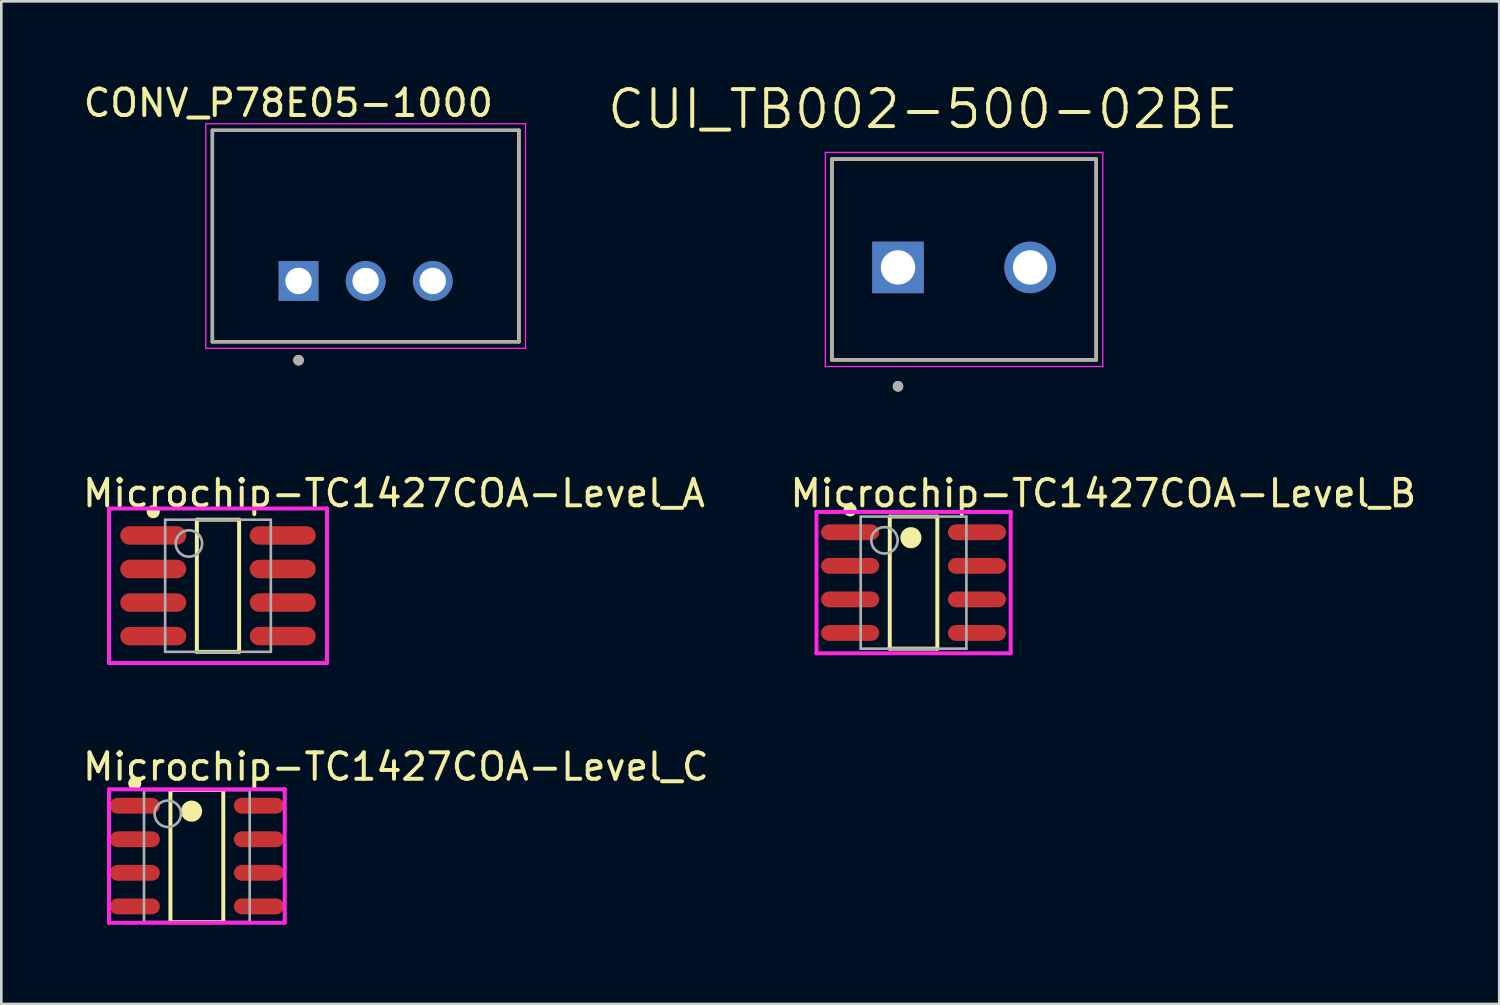
<source format=kicad_pcb>
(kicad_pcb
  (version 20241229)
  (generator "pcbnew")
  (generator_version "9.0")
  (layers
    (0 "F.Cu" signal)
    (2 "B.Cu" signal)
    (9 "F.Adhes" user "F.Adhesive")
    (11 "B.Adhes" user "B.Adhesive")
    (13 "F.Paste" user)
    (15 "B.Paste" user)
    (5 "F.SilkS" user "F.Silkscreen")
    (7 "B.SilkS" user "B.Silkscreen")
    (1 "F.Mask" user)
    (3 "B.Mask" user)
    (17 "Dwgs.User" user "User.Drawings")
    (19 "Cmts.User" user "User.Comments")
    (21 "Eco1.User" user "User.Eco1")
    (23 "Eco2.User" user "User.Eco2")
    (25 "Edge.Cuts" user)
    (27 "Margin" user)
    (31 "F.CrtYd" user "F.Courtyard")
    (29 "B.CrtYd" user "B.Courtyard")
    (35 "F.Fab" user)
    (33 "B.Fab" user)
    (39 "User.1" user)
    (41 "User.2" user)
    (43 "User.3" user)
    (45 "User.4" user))
  (footprint "CONV_P78E05-1000"
    (layer "F.Cu")
    (at 10.788 7.583)
    (property "Reference" "CONV_P78E05-1000" (at -2.925 -6.735 0) (layer "F.SilkS") (effects (font (size 1 1) (thickness 0.15))))
    (attr through_hole)
    (fp_line (start -5.8 -5.7) (end 5.8 -5.7) (stroke (width 0.127) (type solid)) (layer "F.SilkS"))
    (fp_line (start -5.8 2.3) (end -5.8 -5.7) (stroke (width 0.127) (type solid)) (layer "F.SilkS"))
    (fp_line (start 5.8 -5.7) (end 5.8 2.3) (stroke (width 0.127) (type solid)) (layer "F.SilkS"))
    (fp_line (start 5.8 2.3) (end -5.8 2.3) (stroke (width 0.127) (type solid)) (layer "F.SilkS"))
    (fp_circle (center -2.54 3) (end -2.44 3) (stroke (width 0.2) (type solid)) (fill no) (layer "F.SilkS"))
    (fp_line (start -6.05 -5.95) (end 6.05 -5.95) (stroke (width 0.05) (type solid)) (layer "F.CrtYd"))
    (fp_line (start -6.05 2.55) (end -6.05 -5.95) (stroke (width 0.05) (type solid)) (layer "F.CrtYd"))
    (fp_line (start 6.05 -5.95) (end 6.05 2.55) (stroke (width 0.05) (type solid)) (layer "F.CrtYd"))
    (fp_line (start 6.05 2.55) (end -6.05 2.55) (stroke (width 0.05) (type solid)) (layer "F.CrtYd"))
    (fp_line (start -5.8 -5.7) (end 5.8 -5.7) (stroke (width 0.127) (type solid)) (layer "F.Fab"))
    (fp_line (start -5.8 2.3) (end -5.8 -5.7) (stroke (width 0.127) (type solid)) (layer "F.Fab"))
    (fp_line (start 5.8 -5.7) (end 5.8 2.3) (stroke (width 0.127) (type solid)) (layer "F.Fab"))
    (fp_line (start 5.8 2.3) (end -5.8 2.3) (stroke (width 0.127) (type solid)) (layer "F.Fab"))
    (fp_circle (center -2.54 3) (end -2.44 3) (stroke (width 0.2) (type solid)) (fill no) (layer "F.Fab"))
    (pad "1" thru_hole rect (at -2.54 0) (size 1.508 1.508) (drill 1) (layers "*.Cu" "*.Mask"))
    (pad "2" thru_hole circle (at 0 0) (size 1.508 1.508) (drill 1) (layers "*.Cu" "*.Mask"))
    (pad "3" thru_hole circle (at 2.54 0) (size 1.508 1.508) (drill 1) (layers "*.Cu" "*.Mask")))
  (footprint "Microchip-TC1427COA-Level_C"
    (layer "F.Cu")
    (at 4.4 29.348)
    (property "Reference" "Microchip-TC1427COA-Level_C" (at -4.4 -3.38 0) (layer "F.SilkS") (effects (font (size 1 1) (thickness 0.15)) (justify left)))
    (attr through_hole)
    (fp_line (start -1 -2.5) (end 1 -2.5) (stroke (width 0.15) (type solid)) (layer "F.SilkS"))
    (fp_line (start -1 2.5) (end -1 -2.5) (stroke (width 0.15) (type solid)) (layer "F.SilkS"))
    (fp_line (start -1 2.5) (end 1 2.5) (stroke (width 0.15) (type solid)) (layer "F.SilkS"))
    (fp_line (start 1 2.5) (end 1 -2.5) (stroke (width 0.15) (type solid)) (layer "F.SilkS"))
    (fp_circle (center -2.35 -2.755) (end -2.225 -2.755) (stroke (width 0.25) (type solid)) (fill no) (layer "F.SilkS"))
    (fp_circle (center -0.2 -1.7) (end 0 -1.7) (stroke (width 0.4) (type solid)) (fill no) (layer "F.SilkS"))
    (fp_line (start -3.325 -2.525) (end -3.325 2.525) (stroke (width 0.15) (type solid)) (layer "F.CrtYd"))
    (fp_line (start -3.325 2.525) (end 3.325 2.525) (stroke (width 0.15) (type solid)) (layer "F.CrtYd"))
    (fp_line (start 3.325 -2.525) (end -3.325 -2.525) (stroke (width 0.15) (type solid)) (layer "F.CrtYd"))
    (fp_line (start 3.325 -2.525) (end 3.325 -2.525) (stroke (width 0.15) (type solid)) (layer "F.CrtYd"))
    (fp_line (start 3.325 2.525) (end 3.325 -2.525) (stroke (width 0.15) (type solid)) (layer "F.CrtYd"))
    (fp_line (start -2 -2.5) (end 2 -2.5) (stroke (width 0.1) (type solid)) (layer "F.Fab"))
    (fp_line (start -2 2.5) (end -2 -2.5) (stroke (width 0.1) (type solid)) (layer "F.Fab"))
    (fp_line (start -2 2.5) (end 2 2.5) (stroke (width 0.1) (type solid)) (layer "F.Fab"))
    (fp_line (start 2 2.5) (end 2 -2.5) (stroke (width 0.1) (type solid)) (layer "F.Fab"))
    (fp_circle (center -1.1 -1.6) (end -0.6 -1.6) (stroke (width 0.1) (type solid)) (fill no) (layer "F.Fab"))
    (pad "1" smd roundrect (at -2.35 -1.905 270) (size 0.6 1.9) (layers "F.Cu" "F.Mask" "F.Paste") (roundrect_rratio 0.5))
    (pad "2" smd roundrect (at -2.35 -0.635 270) (size 0.6 1.9) (layers "F.Cu" "F.Mask" "F.Paste") (roundrect_rratio 0.5))
    (pad "3" smd roundrect (at -2.35 0.635 270) (size 0.6 1.9) (layers "F.Cu" "F.Mask" "F.Paste") (roundrect_rratio 0.5))
    (pad "4" smd roundrect (at -2.35 1.905 270) (size 0.6 1.9) (layers "F.Cu" "F.Mask" "F.Paste") (roundrect_rratio 0.5))
    (pad "5" smd roundrect (at 2.35 1.905 270) (size 0.6 1.9) (layers "F.Cu" "F.Mask" "F.Paste") (roundrect_rratio 0.5))
    (pad "6" smd roundrect (at 2.35 0.635 270) (size 0.6 1.9) (layers "F.Cu" "F.Mask" "F.Paste") (roundrect_rratio 0.5))
    (pad "7" smd roundrect (at 2.35 -0.635 270) (size 0.6 1.9) (layers "F.Cu" "F.Mask" "F.Paste") (roundrect_rratio 0.5))
    (pad "8" smd roundrect (at 2.35 -1.905 270) (size 0.6 1.9) (layers "F.Cu" "F.Mask" "F.Paste") (roundrect_rratio 0.5)))
  (footprint "Microchip-TC1427COA-Level_A"
    (layer "F.Cu")
    (at 5.2 19.119)
    (property "Reference" "Microchip-TC1427COA-Level_A" (at -5.2 -3.5 0) (layer "F.SilkS") (effects (font (size 1 1) (thickness 0.15)) (justify left)))
    (attr through_hole)
    (fp_line (start -0.8 -2.5) (end 0.8 -2.5) (stroke (width 0.15) (type solid)) (layer "F.SilkS"))
    (fp_line (start -0.8 2.5) (end -0.8 -2.5) (stroke (width 0.15) (type solid)) (layer "F.SilkS"))
    (fp_line (start -0.8 2.5) (end 0.8 2.5) (stroke (width 0.15) (type solid)) (layer "F.SilkS"))
    (fp_line (start 0.8 2.5) (end 0.8 -2.5) (stroke (width 0.15) (type solid)) (layer "F.SilkS"))
    (fp_circle (center -2.45 -2.805) (end -2.325 -2.805) (stroke (width 0.25) (type solid)) (fill no) (layer "F.SilkS"))
    (fp_line (start -4.125 -2.925) (end -4.125 2.925) (stroke (width 0.15) (type solid)) (layer "F.CrtYd"))
    (fp_line (start -4.125 2.925) (end 4.125 2.925) (stroke (width 0.15) (type solid)) (layer "F.CrtYd"))
    (fp_line (start 4.125 -2.925) (end -4.125 -2.925) (stroke (width 0.15) (type solid)) (layer "F.CrtYd"))
    (fp_line (start 4.125 -2.925) (end 4.125 -2.925) (stroke (width 0.15) (type solid)) (layer "F.CrtYd"))
    (fp_line (start 4.125 2.925) (end 4.125 -2.925) (stroke (width 0.15) (type solid)) (layer "F.CrtYd"))
    (fp_line (start -2 -2.5) (end 2 -2.5) (stroke (width 0.1) (type solid)) (layer "F.Fab"))
    (fp_line (start -2 2.5) (end -2 -2.5) (stroke (width 0.1) (type solid)) (layer "F.Fab"))
    (fp_line (start -2 2.5) (end 2 2.5) (stroke (width 0.1) (type solid)) (layer "F.Fab"))
    (fp_line (start 2 2.5) (end 2 -2.5) (stroke (width 0.1) (type solid)) (layer "F.Fab"))
    (fp_circle (center -1.1 -1.6) (end -0.6 -1.6) (stroke (width 0.1) (type solid)) (fill no) (layer "F.Fab"))
    (pad "1" smd roundrect (at -2.45 -1.905 270) (size 0.7 2.5) (layers "F.Cu" "F.Mask" "F.Paste") (roundrect_rratio 0.5))
    (pad "2" smd roundrect (at -2.45 -0.635 270) (size 0.7 2.5) (layers "F.Cu" "F.Mask" "F.Paste") (roundrect_rratio 0.5))
    (pad "3" smd roundrect (at -2.45 0.635 270) (size 0.7 2.5) (layers "F.Cu" "F.Mask" "F.Paste") (roundrect_rratio 0.5))
    (pad "4" smd roundrect (at -2.45 1.905 270) (size 0.7 2.5) (layers "F.Cu" "F.Mask" "F.Paste") (roundrect_rratio 0.5))
    (pad "5" smd roundrect (at 2.45 1.905 270) (size 0.7 2.5) (layers "F.Cu" "F.Mask" "F.Paste") (roundrect_rratio 0.5))
    (pad "6" smd roundrect (at 2.45 0.635 270) (size 0.7 2.5) (layers "F.Cu" "F.Mask" "F.Paste") (roundrect_rratio 0.5))
    (pad "7" smd roundrect (at 2.45 -0.635 270) (size 0.7 2.5) (layers "F.Cu" "F.Mask" "F.Paste") (roundrect_rratio 0.5))
    (pad "8" smd roundrect (at 2.45 -1.905 270) (size 0.7 2.5) (layers "F.Cu" "F.Mask" "F.Paste") (roundrect_rratio 0.5)))
  (footprint "Microchip-TC1427COA-Level_B"
    (layer "F.Cu")
    (at 31.524 19)
    (property "Reference" "Microchip-TC1427COA-Level_B" (at -4.75 -3.38 0) (layer "F.SilkS") (effects (font (size 1 1) (thickness 0.15)) (justify left)))
    (attr through_hole)
    (fp_line (start -0.9 -2.5) (end 0.9 -2.5) (stroke (width 0.15) (type solid)) (layer "F.SilkS"))
    (fp_line (start -0.9 2.5) (end -0.9 -2.5) (stroke (width 0.15) (type solid)) (layer "F.SilkS"))
    (fp_line (start -0.9 2.5) (end 0.9 2.5) (stroke (width 0.15) (type solid)) (layer "F.SilkS"))
    (fp_line (start 0.9 2.5) (end 0.9 -2.5) (stroke (width 0.15) (type solid)) (layer "F.SilkS"))
    (fp_circle (center -2.4 -2.755) (end -2.275 -2.755) (stroke (width 0.25) (type solid)) (fill no) (layer "F.SilkS"))
    (fp_circle (center -0.1 -1.7) (end 0.1 -1.7) (stroke (width 0.4) (type solid)) (fill no) (layer "F.SilkS"))
    (fp_line (start -3.675 -2.675) (end -3.675 2.675) (stroke (width 0.15) (type solid)) (layer "F.CrtYd"))
    (fp_line (start -3.675 2.675) (end 3.675 2.675) (stroke (width 0.15) (type solid)) (layer "F.CrtYd"))
    (fp_line (start 3.675 -2.675) (end -3.675 -2.675) (stroke (width 0.15) (type solid)) (layer "F.CrtYd"))
    (fp_line (start 3.675 -2.675) (end 3.675 -2.675) (stroke (width 0.15) (type solid)) (layer "F.CrtYd"))
    (fp_line (start 3.675 2.675) (end 3.675 -2.675) (stroke (width 0.15) (type solid)) (layer "F.CrtYd"))
    (fp_line (start -2 -2.5) (end 2 -2.5) (stroke (width 0.1) (type solid)) (layer "F.Fab"))
    (fp_line (start -2 2.5) (end -2 -2.5) (stroke (width 0.1) (type solid)) (layer "F.Fab"))
    (fp_line (start -2 2.5) (end 2 2.5) (stroke (width 0.1) (type solid)) (layer "F.Fab"))
    (fp_line (start 2 2.5) (end 2 -2.5) (stroke (width 0.1) (type solid)) (layer "F.Fab"))
    (fp_circle (center -1.1 -1.6) (end -0.6 -1.6) (stroke (width 0.1) (type solid)) (fill no) (layer "F.Fab"))
    (pad "1" smd roundrect (at -2.4 -1.905 270) (size 0.6 2.2) (layers "F.Cu" "F.Mask" "F.Paste") (roundrect_rratio 0.5))
    (pad "2" smd roundrect (at -2.4 -0.635 270) (size 0.6 2.2) (layers "F.Cu" "F.Mask" "F.Paste") (roundrect_rratio 0.5))
    (pad "3" smd roundrect (at -2.4 0.635 270) (size 0.6 2.2) (layers "F.Cu" "F.Mask" "F.Paste") (roundrect_rratio 0.5))
    (pad "4" smd roundrect (at -2.4 1.905 270) (size 0.6 2.2) (layers "F.Cu" "F.Mask" "F.Paste") (roundrect_rratio 0.5))
    (pad "5" smd roundrect (at 2.4 1.905 270) (size 0.6 2.2) (layers "F.Cu" "F.Mask" "F.Paste") (roundrect_rratio 0.5))
    (pad "6" smd roundrect (at 2.4 0.635 270) (size 0.6 2.2) (layers "F.Cu" "F.Mask" "F.Paste") (roundrect_rratio 0.5))
    (pad "7" smd roundrect (at 2.4 -0.635 270) (size 0.6 2.2) (layers "F.Cu" "F.Mask" "F.Paste") (roundrect_rratio 0.5))
    (pad "8" smd roundrect (at 2.4 -1.905 270) (size 0.6 2.2) (layers "F.Cu" "F.Mask" "F.Paste") (roundrect_rratio 0.5)))
  (footprint "CUI_TB002-500-02BE"
    (layer "F.Cu")
    (at 30.936 7.071)
    (property "Reference" "CUI_TB002-500-02BE" (at 0.945 -5.989 0) (layer "F.SilkS") (effects (font (size 1.4 1.4) (thickness 0.15))))
    (attr through_hole)
    (fp_line (start -2.5 -4.1) (end 7.5 -4.1) (stroke (width 0.127) (type solid)) (layer "F.SilkS"))
    (fp_line (start -2.5 3.5) (end -2.5 -4.1) (stroke (width 0.127) (type solid)) (layer "F.SilkS"))
    (fp_line (start 7.5 -4.1) (end 7.5 3.5) (stroke (width 0.127) (type solid)) (layer "F.SilkS"))
    (fp_line (start 7.5 3.5) (end -2.5 3.5) (stroke (width 0.127) (type solid)) (layer "F.SilkS"))
    (fp_circle (center 0 4.5) (end 0.1 4.5) (stroke (width 0.2) (type solid)) (fill no) (layer "F.SilkS"))
    (fp_line (start -2.75 -4.35) (end 7.75 -4.35) (stroke (width 0.05) (type solid)) (layer "F.CrtYd"))
    (fp_line (start -2.75 3.75) (end -2.75 -4.35) (stroke (width 0.05) (type solid)) (layer "F.CrtYd"))
    (fp_line (start 7.75 -4.35) (end 7.75 3.75) (stroke (width 0.05) (type solid)) (layer "F.CrtYd"))
    (fp_line (start 7.75 3.75) (end -2.75 3.75) (stroke (width 0.05) (type solid)) (layer "F.CrtYd"))
    (fp_line (start -2.5 -4.1) (end 7.5 -4.1) (stroke (width 0.127) (type solid)) (layer "F.Fab"))
    (fp_line (start -2.5 3.5) (end -2.5 -4.1) (stroke (width 0.127) (type solid)) (layer "F.Fab"))
    (fp_line (start 7.5 -4.1) (end 7.5 3.5) (stroke (width 0.127) (type solid)) (layer "F.Fab"))
    (fp_line (start 7.5 3.5) (end -2.5 3.5) (stroke (width 0.127) (type solid)) (layer "F.Fab"))
    (fp_circle (center 0 4.5) (end 0.1 4.5) (stroke (width 0.2) (type solid)) (fill no) (layer "F.Fab"))
    (pad "1" thru_hole rect (at 0 0) (size 1.95 1.95) (drill 1.3) (layers "*.Cu" "*.Mask"))
    (pad "2" thru_hole circle (at 5 0) (size 1.95 1.95) (drill 1.3) (layers "*.Cu" "*.Mask")))
  (gr_rect
    (start -3 -3)
    (end 53.69 34.948)
    (stroke (width 0.1) (type default))
    (fill no)
    (layer "Edge.Cuts")))
</source>
